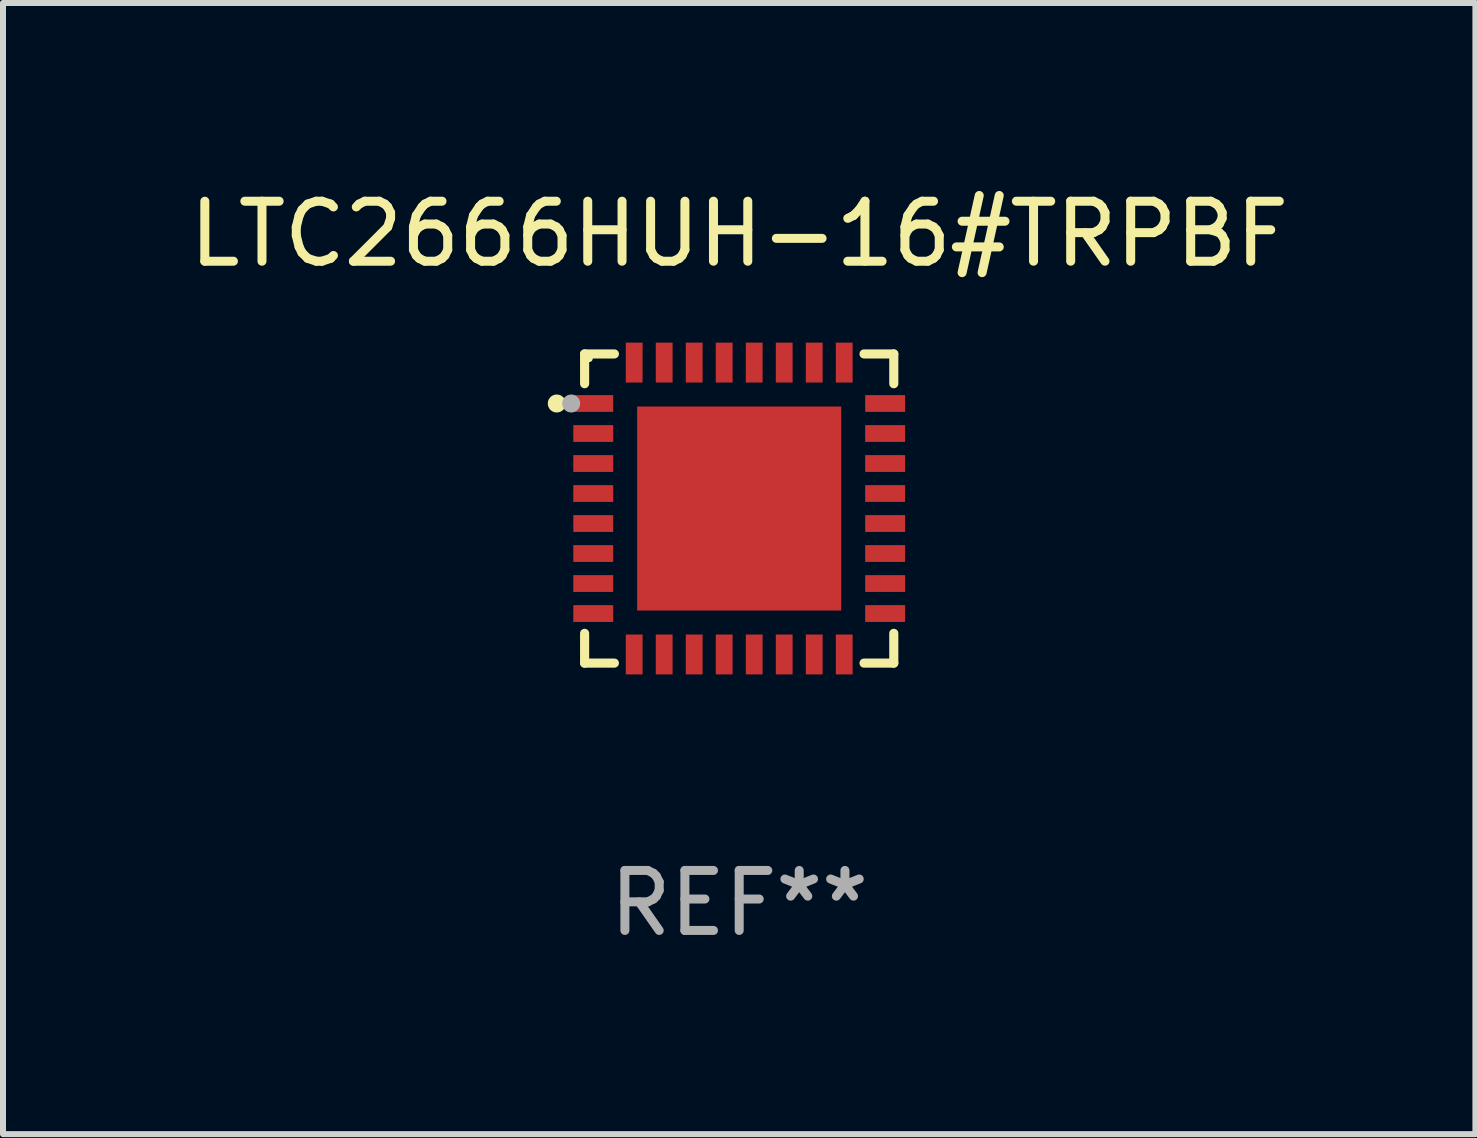
<source format=kicad_pcb>
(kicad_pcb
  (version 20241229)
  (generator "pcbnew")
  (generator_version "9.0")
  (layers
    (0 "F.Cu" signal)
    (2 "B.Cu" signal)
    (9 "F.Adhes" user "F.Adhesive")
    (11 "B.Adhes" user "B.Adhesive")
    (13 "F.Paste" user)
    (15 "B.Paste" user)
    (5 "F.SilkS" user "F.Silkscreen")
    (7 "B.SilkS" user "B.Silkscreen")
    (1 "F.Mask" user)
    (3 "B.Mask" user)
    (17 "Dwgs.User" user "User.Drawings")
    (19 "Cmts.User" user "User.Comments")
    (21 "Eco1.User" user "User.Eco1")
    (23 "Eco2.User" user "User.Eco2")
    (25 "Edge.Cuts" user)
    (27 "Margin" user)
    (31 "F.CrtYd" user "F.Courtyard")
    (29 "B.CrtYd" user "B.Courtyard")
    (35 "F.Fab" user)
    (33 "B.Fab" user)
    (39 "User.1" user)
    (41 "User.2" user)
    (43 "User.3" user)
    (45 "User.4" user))
  (footprint "LTC2666HUH-16#TRPBF"
    (layer "F.Cu")
    (at 9.268 5.424)
    (property "Reference" "LTC2666HUH-16#TRPBF" (at 0 -4.576 0) (layer "F.SilkS") (effects (font (size 1 1) (thickness 0.15))))
    (attr through_hole)
    (fp_line (start -2.576 -2.576) (end -2.576 -2.08) (stroke (width 0.152) (type solid)) (layer "F.SilkS"))
    (fp_line (start -2.576 2.576) (end -2.576 2.08) (stroke (width 0.152) (type solid)) (layer "F.SilkS"))
    (fp_line (start -2.08 -2.576) (end -2.576 -2.576) (stroke (width 0.152) (type solid)) (layer "F.SilkS"))
    (fp_line (start -2.08 2.576) (end -2.576 2.576) (stroke (width 0.152) (type solid)) (layer "F.SilkS"))
    (fp_line (start 2.08 -2.576) (end 2.576 -2.576) (stroke (width 0.152) (type solid)) (layer "F.SilkS"))
    (fp_line (start 2.08 2.576) (end 2.576 2.576) (stroke (width 0.152) (type solid)) (layer "F.SilkS"))
    (fp_line (start 2.576 -2.576) (end 2.576 -2.08) (stroke (width 0.152) (type solid)) (layer "F.SilkS"))
    (fp_line (start 2.576 2.576) (end 2.576 2.08) (stroke (width 0.152) (type solid)) (layer "F.SilkS"))
    (fp_circle (center -3.04 -1.75) (end -2.965 -1.75) (stroke (width 0.15) (type solid)) (fill no) (layer "F.SilkS"))
    (fp_circle (center -2.5 -2.5) (end -2.47 -2.5) (stroke (width 0.06) (type solid)) (fill no) (layer "F.SilkS"))
    (fp_circle (center -2.8 -1.75) (end -2.725 -1.75) (stroke (width 0.15) (type solid)) (fill no) (layer "F.Fab"))
    (fp_text user "REF**" (at 0 6.576 0) (layer "F.Fab") (effects (font (size 1 1) (thickness 0.15))))
    (pad "1" smd rect (at -2.432 -1.75) (size 0.665 0.28) (layers "F.Cu" "F.Mask" "F.Paste"))
    (pad "2" smd rect (at -2.432 -1.25) (size 0.665 0.28) (layers "F.Cu" "F.Mask" "F.Paste"))
    (pad "3" smd rect (at -2.432 -0.75) (size 0.665 0.28) (layers "F.Cu" "F.Mask" "F.Paste"))
    (pad "4" smd rect (at -2.432 -0.25) (size 0.665 0.28) (layers "F.Cu" "F.Mask" "F.Paste"))
    (pad "5" smd rect (at -2.432 0.25) (size 0.665 0.28) (layers "F.Cu" "F.Mask" "F.Paste"))
    (pad "6" smd rect (at -2.432 0.75) (size 0.665 0.28) (layers "F.Cu" "F.Mask" "F.Paste"))
    (pad "7" smd rect (at -2.432 1.25) (size 0.665 0.28) (layers "F.Cu" "F.Mask" "F.Paste"))
    (pad "8" smd rect (at -2.432 1.75) (size 0.665 0.28) (layers "F.Cu" "F.Mask" "F.Paste"))
    (pad "9" smd rect (at -1.75 2.432) (size 0.28 0.665) (layers "F.Cu" "F.Mask" "F.Paste"))
    (pad "10" smd rect (at -1.25 2.432) (size 0.28 0.665) (layers "F.Cu" "F.Mask" "F.Paste"))
    (pad "11" smd rect (at -0.75 2.432) (size 0.28 0.665) (layers "F.Cu" "F.Mask" "F.Paste"))
    (pad "12" smd rect (at -0.25 2.432) (size 0.28 0.665) (layers "F.Cu" "F.Mask" "F.Paste"))
    (pad "13" smd rect (at 0.25 2.432) (size 0.28 0.665) (layers "F.Cu" "F.Mask" "F.Paste"))
    (pad "14" smd rect (at 0.75 2.432) (size 0.28 0.665) (layers "F.Cu" "F.Mask" "F.Paste"))
    (pad "15" smd rect (at 1.25 2.432) (size 0.28 0.665) (layers "F.Cu" "F.Mask" "F.Paste"))
    (pad "16" smd rect (at 1.75 2.432) (size 0.28 0.665) (layers "F.Cu" "F.Mask" "F.Paste"))
    (pad "17" smd rect (at 2.432 1.75) (size 0.665 0.28) (layers "F.Cu" "F.Mask" "F.Paste"))
    (pad "18" smd rect (at 2.432 1.25) (size 0.665 0.28) (layers "F.Cu" "F.Mask" "F.Paste"))
    (pad "19" smd rect (at 2.432 0.75) (size 0.665 0.28) (layers "F.Cu" "F.Mask" "F.Paste"))
    (pad "20" smd rect (at 2.432 0.25) (size 0.665 0.28) (layers "F.Cu" "F.Mask" "F.Paste"))
    (pad "21" smd rect (at 2.432 -0.25) (size 0.665 0.28) (layers "F.Cu" "F.Mask" "F.Paste"))
    (pad "22" smd rect (at 2.432 -0.75) (size 0.665 0.28) (layers "F.Cu" "F.Mask" "F.Paste"))
    (pad "23" smd rect (at 2.432 -1.25) (size 0.665 0.28) (layers "F.Cu" "F.Mask" "F.Paste"))
    (pad "24" smd rect (at 2.432 -1.75) (size 0.665 0.28) (layers "F.Cu" "F.Mask" "F.Paste"))
    (pad "25" smd rect (at 1.75 -2.432) (size 0.28 0.665) (layers "F.Cu" "F.Mask" "F.Paste"))
    (pad "26" smd rect (at 1.25 -2.432) (size 0.28 0.665) (layers "F.Cu" "F.Mask" "F.Paste"))
    (pad "27" smd rect (at 0.75 -2.432) (size 0.28 0.665) (layers "F.Cu" "F.Mask" "F.Paste"))
    (pad "28" smd rect (at 0.25 -2.432) (size 0.28 0.665) (layers "F.Cu" "F.Mask" "F.Paste"))
    (pad "29" smd rect (at -0.25 -2.432) (size 0.28 0.665) (layers "F.Cu" "F.Mask" "F.Paste"))
    (pad "30" smd rect (at -0.75 -2.432) (size 0.28 0.665) (layers "F.Cu" "F.Mask" "F.Paste"))
    (pad "31" smd rect (at -1.25 -2.432) (size 0.28 0.665) (layers "F.Cu" "F.Mask" "F.Paste"))
    (pad "32" smd rect (at -1.75 -2.432) (size 0.28 0.665) (layers "F.Cu" "F.Mask" "F.Paste"))
    (pad "33" smd rect (at 0 0) (size 3.4 3.4) (layers "F.Cu" "F.Mask" "F.Paste")))
  (gr_rect
    (start -3 -3)
    (end 21.536 15.849)
    (stroke (width 0.1) (type default))
    (fill no)
    (layer "Edge.Cuts")))
</source>
